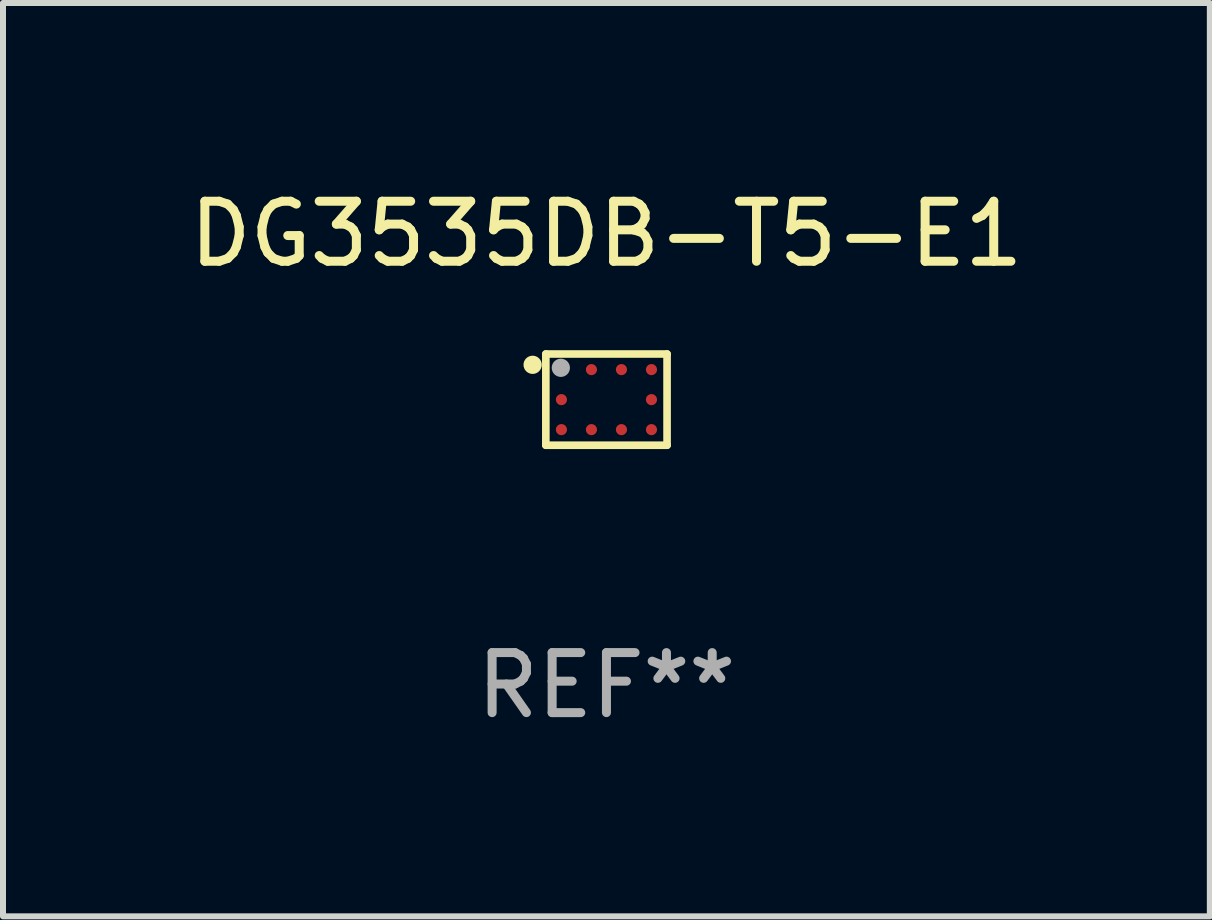
<source format=kicad_pcb>
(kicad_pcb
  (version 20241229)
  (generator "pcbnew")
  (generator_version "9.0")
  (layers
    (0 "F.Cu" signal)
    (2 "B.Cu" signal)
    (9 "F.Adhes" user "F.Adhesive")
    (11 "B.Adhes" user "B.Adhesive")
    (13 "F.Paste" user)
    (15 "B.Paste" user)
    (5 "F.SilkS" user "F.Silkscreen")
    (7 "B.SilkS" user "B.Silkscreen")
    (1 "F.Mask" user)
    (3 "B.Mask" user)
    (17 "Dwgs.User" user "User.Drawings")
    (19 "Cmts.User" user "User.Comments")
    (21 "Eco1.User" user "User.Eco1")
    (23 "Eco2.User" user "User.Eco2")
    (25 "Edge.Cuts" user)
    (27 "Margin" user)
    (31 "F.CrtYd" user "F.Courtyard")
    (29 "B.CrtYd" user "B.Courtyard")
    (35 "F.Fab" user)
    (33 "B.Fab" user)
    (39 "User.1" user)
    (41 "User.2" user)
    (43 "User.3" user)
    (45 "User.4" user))
  (footprint "DG3535DB-T5-E1"
    (layer "F.Cu")
    (at 7.054 3.608)
    (property "Reference" "DG3535DB-T5-E1" (at 0 -2.76 0) (layer "F.SilkS") (effects (font (size 1 1) (thickness 0.15))))
    (attr through_hole)
    (fp_line (start -1.01 -0.76) (end -1.01 0.76) (stroke (width 0.127) (type solid)) (layer "F.SilkS"))
    (fp_line (start -1.01 -0.76) (end 1.01 -0.76) (stroke (width 0.127) (type solid)) (layer "F.SilkS"))
    (fp_line (start -1.01 0.76) (end 1.01 0.76) (stroke (width 0.127) (type solid)) (layer "F.SilkS"))
    (fp_line (start 1.01 -0.76) (end 1.01 0.76) (stroke (width 0.127) (type solid)) (layer "F.SilkS"))
    (fp_circle (center -1.23 -0.58) (end -1.154 -0.58) (stroke (width 0.152) (type solid)) (fill no) (layer "F.SilkS"))
    (fp_circle (center -1 -0.75) (end -0.97 -0.75) (stroke (width 0.06) (type solid)) (fill no) (layer "F.SilkS"))
    (fp_circle (center -0.76 -0.53) (end -0.684 -0.53) (stroke (width 0.152) (type solid)) (fill no) (layer "F.Fab"))
    (fp_text user "REF**" (at 0 4.76 0) (layer "F.Fab") (effects (font (size 1 1) (thickness 0.15))))
    (pad "A1" smd circle (at -0.75 -0.5) (size 0.185 0.185) (layers "F.Cu" "F.Mask" "F.Paste"))
    (pad "A2" smd circle (at -0.25 -0.5) (size 0.185 0.185) (layers "F.Cu" "F.Mask" "F.Paste"))
    (pad "A3" smd circle (at 0.25 -0.5) (size 0.185 0.185) (layers "F.Cu" "F.Mask" "F.Paste"))
    (pad "A4" smd circle (at 0.75 -0.5) (size 0.185 0.185) (layers "F.Cu" "F.Mask" "F.Paste"))
    (pad "B1" smd circle (at -0.75 0.00014) (size 0.185 0.185) (layers "F.Cu" "F.Mask" "F.Paste"))
    (pad "B4" smd circle (at 0.75 0.00014) (size 0.185 0.185) (layers "F.Cu" "F.Mask" "F.Paste"))
    (pad "C1" smd circle (at -0.75 0.5) (size 0.185 0.185) (layers "F.Cu" "F.Mask" "F.Paste"))
    (pad "C2" smd circle (at -0.25 0.5) (size 0.185 0.185) (layers "F.Cu" "F.Mask" "F.Paste"))
    (pad "C3" smd circle (at 0.25 0.5) (size 0.185 0.185) (layers "F.Cu" "F.Mask" "F.Paste"))
    (pad "C4" smd circle (at 0.75 0.5) (size 0.185 0.185) (layers "F.Cu" "F.Mask" "F.Paste")))
  (gr_rect
    (start -3 -3)
    (end 17.107 12.217)
    (stroke (width 0.1) (type default))
    (fill no)
    (layer "Edge.Cuts")))
</source>
